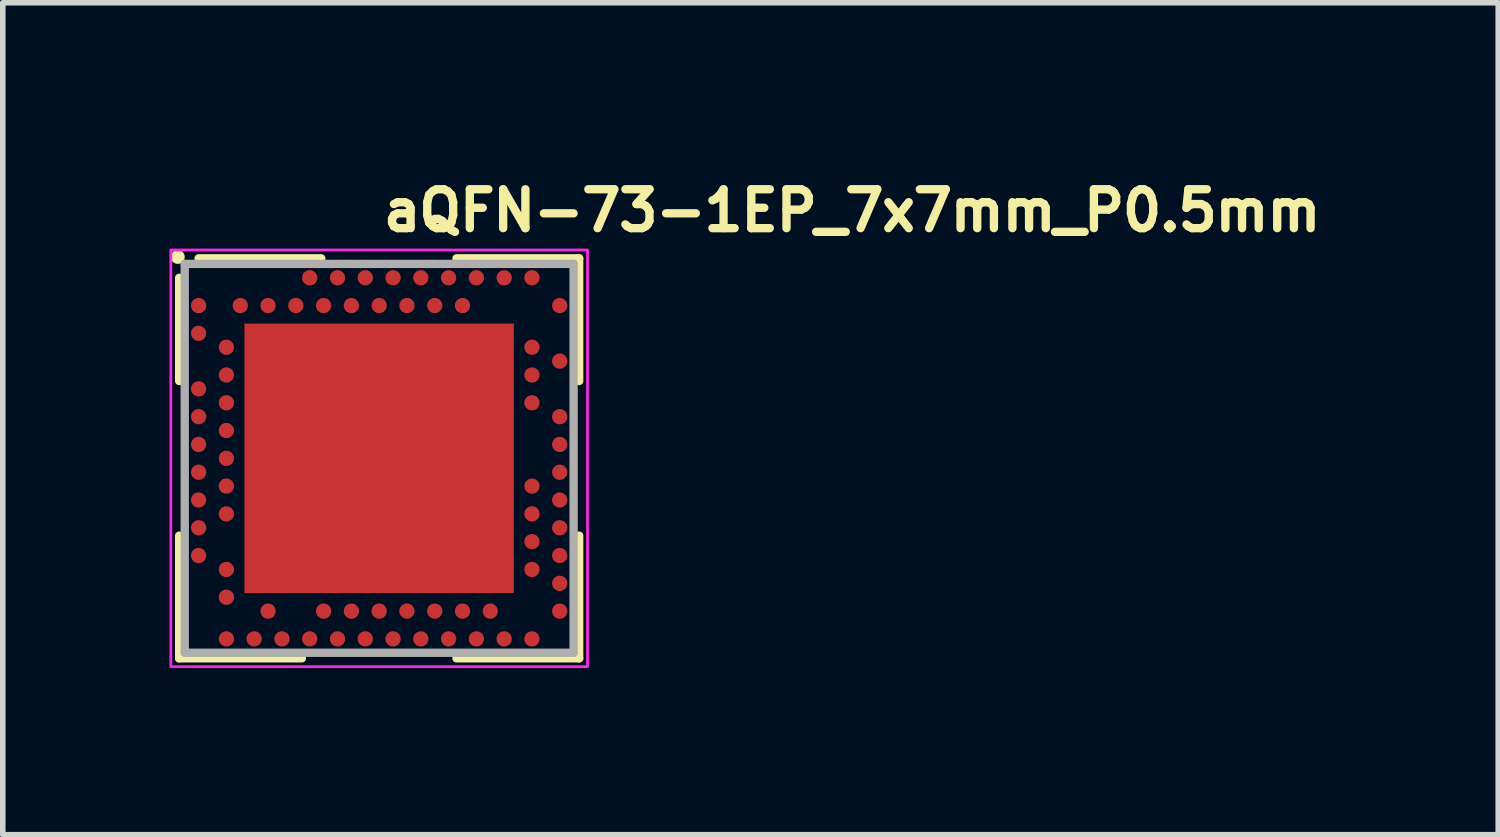
<source format=kicad_pcb>
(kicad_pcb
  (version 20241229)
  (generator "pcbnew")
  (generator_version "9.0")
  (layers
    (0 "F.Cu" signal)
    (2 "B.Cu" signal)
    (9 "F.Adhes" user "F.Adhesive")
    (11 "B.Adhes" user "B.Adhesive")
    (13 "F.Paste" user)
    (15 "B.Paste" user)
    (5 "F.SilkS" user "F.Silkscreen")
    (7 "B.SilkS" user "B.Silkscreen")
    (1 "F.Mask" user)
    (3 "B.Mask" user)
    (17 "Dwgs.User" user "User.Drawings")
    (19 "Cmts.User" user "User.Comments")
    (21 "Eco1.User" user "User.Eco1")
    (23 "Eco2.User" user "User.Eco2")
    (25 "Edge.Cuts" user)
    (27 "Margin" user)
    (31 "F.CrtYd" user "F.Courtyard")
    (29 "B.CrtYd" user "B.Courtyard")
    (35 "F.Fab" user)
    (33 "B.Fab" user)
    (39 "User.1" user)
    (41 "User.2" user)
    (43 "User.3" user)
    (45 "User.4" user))
  (footprint "aQFN-73-1EP_7x7mm_P0.5mm"
    (layer "F.Cu")
    (at 3.775 5.2)
    (property "Reference" "aQFN-73-1EP_7x7mm_P0.5mm" (at 0 -4.05 0) (layer "F.SilkS") (effects (font (size 0.7 0.7) (thickness 0.15)) (justify left bottom)))
    (attr smd)
    (fp_line (start -3.6 -1.392) (end -3.6 -3.25) (stroke (width 0.15) (type solid)) (layer "F.SilkS"))
    (fp_line (start -3.6 3.6) (end -3.6 1.392) (stroke (width 0.15) (type solid)) (layer "F.SilkS"))
    (fp_line (start -3.25 -3.6) (end -1.042 -3.6) (stroke (width 0.15) (type solid)) (layer "F.SilkS"))
    (fp_line (start -1.392 3.6) (end -3.6 3.6) (stroke (width 0.15) (type solid)) (layer "F.SilkS"))
    (fp_line (start 1.392 -3.6) (end 3.6 -3.6) (stroke (width 0.15) (type solid)) (layer "F.SilkS"))
    (fp_line (start 3.6 -3.6) (end 3.6 -1.392) (stroke (width 0.15) (type solid)) (layer "F.SilkS"))
    (fp_line (start 3.6 1.392) (end 3.6 3.6) (stroke (width 0.15) (type solid)) (layer "F.SilkS"))
    (fp_line (start 3.6 3.6) (end 1.392 3.6) (stroke (width 0.15) (type solid)) (layer "F.SilkS"))
    (fp_circle (center -3.625 -3.625) (end -3.575 -3.625) (stroke (width 0.15) (type solid)) (fill yes) (layer "F.SilkS"))
    (fp_poly (pts (xy -1.975 -1.975) (xy -0.445 -1.975) (xy -0.445 -0.445) (xy -1.975 -0.445)) (stroke (width 0.01) (type solid)) (fill yes) (layer "F.Paste"))
    (fp_poly (pts (xy -1.975 0.445) (xy -0.445 0.445) (xy -0.445 1.975) (xy -1.975 1.975)) (stroke (width 0.01) (type solid)) (fill yes) (layer "F.Paste"))
    (fp_poly (pts (xy 0.445 -1.975) (xy 1.975 -1.975) (xy 1.975 -0.445) (xy 0.445 -0.445)) (stroke (width 0.01) (type solid)) (fill yes) (layer "F.Paste"))
    (fp_poly (pts (xy 0.445 0.445) (xy 1.975 0.445) (xy 1.975 1.975) (xy 0.445 1.975)) (stroke (width 0.01) (type solid)) (fill yes) (layer "F.Paste"))
    (fp_rect (start -3.75 -3.75) (end 3.75 3.75) (stroke (width 0.05) (type solid)) (fill no) (layer "F.CrtYd"))
    (fp_line (start -3.5 -3.5) (end 3.5 -3.5) (stroke (width 0.15) (type solid)) (layer "F.Fab"))
    (fp_line (start -3.5 3.5) (end -3.5 -3.5) (stroke (width 0.15) (type solid)) (layer "F.Fab"))
    (fp_line (start 3.5 -3.5) (end 3.5 3.5) (stroke (width 0.15) (type solid)) (layer "F.Fab"))
    (fp_line (start 3.5 3.5) (end -3.5 3.5) (stroke (width 0.15) (type solid)) (layer "F.Fab"))
    (fp_rect (start -3.5 -3.5) (end 3.5 3.5) (stroke (width 0.1) (type solid)) (fill no) (layer "User.5"))
    (fp_rect (start -3.5 -3.5) (end 3.5 3.49) (stroke (width 0.02) (type default)) (fill no) (layer "User.9"))
    (fp_circle (center -2.81 -2.75) (end -2.62 -2.75) (stroke (width 0.02) (type default)) (fill no) (layer "User.9"))
    (pad "74" smd rect (at 0 0) (size 4.85 4.85) (layers "F.Cu" "F.Mask"))
    (pad "A8" smd circle (at -1.25 -3.25) (size 0.275 0.275) (layers "F.Cu" "F.Mask" "F.Paste"))
    (pad "A10" smd circle (at -0.75 -3.25) (size 0.275 0.275) (layers "F.Cu" "F.Mask" "F.Paste"))
    (pad "A12" smd circle (at -0.25 -3.25) (size 0.275 0.275) (layers "F.Cu" "F.Mask" "F.Paste"))
    (pad "A14" smd circle (at 0.25 -3.25) (size 0.275 0.275) (layers "F.Cu" "F.Mask" "F.Paste"))
    (pad "A16" smd circle (at 0.75 -3.25) (size 0.275 0.275) (layers "F.Cu" "F.Mask" "F.Paste"))
    (pad "A18" smd circle (at 1.25 -3.25) (size 0.275 0.275) (layers "F.Cu" "F.Mask" "F.Paste"))
    (pad "A20" smd circle (at 1.75 -3.25) (size 0.275 0.275) (layers "F.Cu" "F.Mask" "F.Paste"))
    (pad "A22" smd circle (at 2.25 -3.25) (size 0.275 0.275) (layers "F.Cu" "F.Mask" "F.Paste"))
    (pad "A23" smd circle (at 2.75 -3.25) (size 0.275 0.275) (layers "F.Cu" "F.Mask" "F.Paste"))
    (pad "AA24" smd circle (at 3.25 2.25) (size 0.275 0.275) (layers "F.Cu" "F.Mask" "F.Paste"))
    (pad "AB2" smd circle (at -2.75 2.5) (size 0.275 0.275) (layers "F.Cu" "F.Mask" "F.Paste"))
    (pad "AC5" smd circle (at -2 2.75) (size 0.275 0.275) (layers "F.Cu" "F.Mask" "F.Paste"))
    (pad "AC9" smd circle (at -1 2.75) (size 0.275 0.275) (layers "F.Cu" "F.Mask" "F.Paste"))
    (pad "AC11" smd circle (at -0.5 2.75) (size 0.275 0.275) (layers "F.Cu" "F.Mask" "F.Paste"))
    (pad "AC13" smd circle (at 0 2.75) (size 0.275 0.275) (layers "F.Cu" "F.Mask" "F.Paste"))
    (pad "AC15" smd circle (at 0.5 2.75) (size 0.275 0.275) (layers "F.Cu" "F.Mask" "F.Paste"))
    (pad "AC17" smd circle (at 1 2.75) (size 0.275 0.275) (layers "F.Cu" "F.Mask" "F.Paste"))
    (pad "AC19" smd circle (at 1.5 2.75) (size 0.275 0.275) (layers "F.Cu" "F.Mask" "F.Paste"))
    (pad "AC21" smd circle (at 2 2.75) (size 0.275 0.275) (layers "F.Cu" "F.Mask" "F.Paste"))
    (pad "AC24" smd circle (at 3.25 2.75) (size 0.275 0.275) (layers "F.Cu" "F.Mask" "F.Paste"))
    (pad "AD2" smd circle (at -2.75 3.25) (size 0.275 0.275) (layers "F.Cu" "F.Mask" "F.Paste"))
    (pad "AD4" smd circle (at -2.25 3.25) (size 0.275 0.275) (layers "F.Cu" "F.Mask" "F.Paste"))
    (pad "AD6" smd circle (at -1.75 3.25) (size 0.275 0.275) (layers "F.Cu" "F.Mask" "F.Paste"))
    (pad "AD8" smd circle (at -1.25 3.25) (size 0.275 0.275) (layers "F.Cu" "F.Mask" "F.Paste"))
    (pad "AD10" smd circle (at -0.75 3.25) (size 0.275 0.275) (layers "F.Cu" "F.Mask" "F.Paste"))
    (pad "AD12" smd circle (at -0.25 3.25) (size 0.275 0.275) (layers "F.Cu" "F.Mask" "F.Paste"))
    (pad "AD14" smd circle (at 0.25 3.25) (size 0.275 0.275) (layers "F.Cu" "F.Mask" "F.Paste"))
    (pad "AD16" smd circle (at 0.75 3.25) (size 0.275 0.275) (layers "F.Cu" "F.Mask" "F.Paste"))
    (pad "AD18" smd circle (at 1.25 3.25) (size 0.275 0.275) (layers "F.Cu" "F.Mask" "F.Paste"))
    (pad "AD20" smd circle (at 1.75 3.25) (size 0.275 0.275) (layers "F.Cu" "F.Mask" "F.Paste"))
    (pad "AD22" smd circle (at 2.25 3.25) (size 0.275 0.275) (layers "F.Cu" "F.Mask" "F.Paste"))
    (pad "AD23" smd circle (at 2.75 3.25) (size 0.275 0.275) (layers "F.Cu" "F.Mask" "F.Paste"))
    (pad "B1" smd circle (at -3.25 -2.75) (size 0.275 0.275) (layers "F.Cu" "F.Mask" "F.Paste"))
    (pad "B3" smd circle (at -2.5 -2.75) (size 0.275 0.275) (layers "F.Cu" "F.Mask" "F.Paste"))
    (pad "B5" smd circle (at -2 -2.75) (size 0.275 0.275) (layers "F.Cu" "F.Mask" "F.Paste"))
    (pad "B7" smd circle (at -1.5 -2.75) (size 0.275 0.275) (layers "F.Cu" "F.Mask" "F.Paste"))
    (pad "B9" smd circle (at -1 -2.75) (size 0.275 0.275) (layers "F.Cu" "F.Mask" "F.Paste"))
    (pad "B11" smd circle (at -0.5 -2.75) (size 0.275 0.275) (layers "F.Cu" "F.Mask" "F.Paste"))
    (pad "B13" smd circle (at 0 -2.75) (size 0.275 0.275) (layers "F.Cu" "F.Mask" "F.Paste"))
    (pad "B15" smd circle (at 0.5 -2.75) (size 0.275 0.275) (layers "F.Cu" "F.Mask" "F.Paste"))
    (pad "B17" smd circle (at 1 -2.75) (size 0.275 0.275) (layers "F.Cu" "F.Mask" "F.Paste"))
    (pad "B19" smd circle (at 1.5 -2.75) (size 0.275 0.275) (layers "F.Cu" "F.Mask" "F.Paste"))
    (pad "B24" smd circle (at 3.25 -2.75) (size 0.275 0.275) (layers "F.Cu" "F.Mask" "F.Paste"))
    (pad "C1" smd circle (at -3.25 -2.25) (size 0.275 0.275) (layers "F.Cu" "F.Mask" "F.Paste"))
    (pad "D2" smd circle (at -2.75 -2) (size 0.275 0.275) (layers "F.Cu" "F.Mask" "F.Paste"))
    (pad "D23" smd circle (at 2.75 -2) (size 0.275 0.275) (layers "F.Cu" "F.Mask" "F.Paste"))
    (pad "E24" smd circle (at 3.25 -1.75) (size 0.275 0.275) (layers "F.Cu" "F.Mask" "F.Paste"))
    (pad "F2" smd circle (at -2.75 -1.5) (size 0.275 0.275) (layers "F.Cu" "F.Mask" "F.Paste"))
    (pad "F23" smd circle (at 2.75 -1.5) (size 0.275 0.275) (layers "F.Cu" "F.Mask" "F.Paste"))
    (pad "G1" smd circle (at -3.25 -1.25) (size 0.275 0.275) (layers "F.Cu" "F.Mask" "F.Paste"))
    (pad "H2" smd circle (at -2.75 -1) (size 0.275 0.275) (layers "F.Cu" "F.Mask" "F.Paste"))
    (pad "H23" smd circle (at 2.75 -1) (size 0.275 0.275) (layers "F.Cu" "F.Mask" "F.Paste"))
    (pad "J1" smd circle (at -3.25 -0.75) (size 0.275 0.275) (layers "F.Cu" "F.Mask" "F.Paste"))
    (pad "J24" smd circle (at 3.25 -0.75) (size 0.275 0.275) (layers "F.Cu" "F.Mask" "F.Paste"))
    (pad "K2" smd circle (at -2.75 -0.5) (size 0.275 0.275) (layers "F.Cu" "F.Mask" "F.Paste"))
    (pad "L1" smd circle (at -3.25 -0.25) (size 0.275 0.275) (layers "F.Cu" "F.Mask" "F.Paste"))
    (pad "L24" smd circle (at 3.25 -0.25) (size 0.275 0.275) (layers "F.Cu" "F.Mask" "F.Paste"))
    (pad "M2" smd circle (at -2.75 0) (size 0.275 0.275) (layers "F.Cu" "F.Mask" "F.Paste"))
    (pad "N1" smd circle (at -3.25 0.25) (size 0.275 0.275) (layers "F.Cu" "F.Mask" "F.Paste"))
    (pad "N24" smd circle (at 3.25 0.25) (size 0.275 0.275) (layers "F.Cu" "F.Mask" "F.Paste"))
    (pad "P2" smd circle (at -2.75 0.5) (size 0.275 0.275) (layers "F.Cu" "F.Mask" "F.Paste"))
    (pad "P23" smd circle (at 2.75 0.5) (size 0.275 0.275) (layers "F.Cu" "F.Mask" "F.Paste"))
    (pad "R1" smd circle (at -3.25 0.75) (size 0.275 0.275) (layers "F.Cu" "F.Mask" "F.Paste"))
    (pad "R24" smd circle (at 3.25 0.75) (size 0.275 0.275) (layers "F.Cu" "F.Mask" "F.Paste"))
    (pad "T2" smd circle (at -2.75 1) (size 0.275 0.275) (layers "F.Cu" "F.Mask" "F.Paste"))
    (pad "T23" smd circle (at 2.75 1) (size 0.275 0.275) (layers "F.Cu" "F.Mask" "F.Paste"))
    (pad "U1" smd circle (at -3.25 1.25) (size 0.275 0.275) (layers "F.Cu" "F.Mask" "F.Paste"))
    (pad "U24" smd circle (at 3.25 1.25) (size 0.275 0.275) (layers "F.Cu" "F.Mask" "F.Paste"))
    (pad "V23" smd circle (at 2.75 1.5) (size 0.275 0.275) (layers "F.Cu" "F.Mask" "F.Paste"))
    (pad "W1" smd circle (at -3.25 1.75) (size 0.275 0.275) (layers "F.Cu" "F.Mask" "F.Paste"))
    (pad "W24" smd circle (at 3.25 1.75) (size 0.275 0.275) (layers "F.Cu" "F.Mask" "F.Paste"))
    (pad "Y2" smd circle (at -2.75 2) (size 0.275 0.275) (layers "F.Cu" "F.Mask" "F.Paste"))
    (pad "Y23" smd circle (at 2.75 2) (size 0.275 0.275) (layers "F.Cu" "F.Mask" "F.Paste")))
  (gr_rect
    (start -3 -3)
    (end 23.918 11.975)
    (stroke (width 0.1) (type default))
    (fill no)
    (layer "Edge.Cuts")))
</source>
